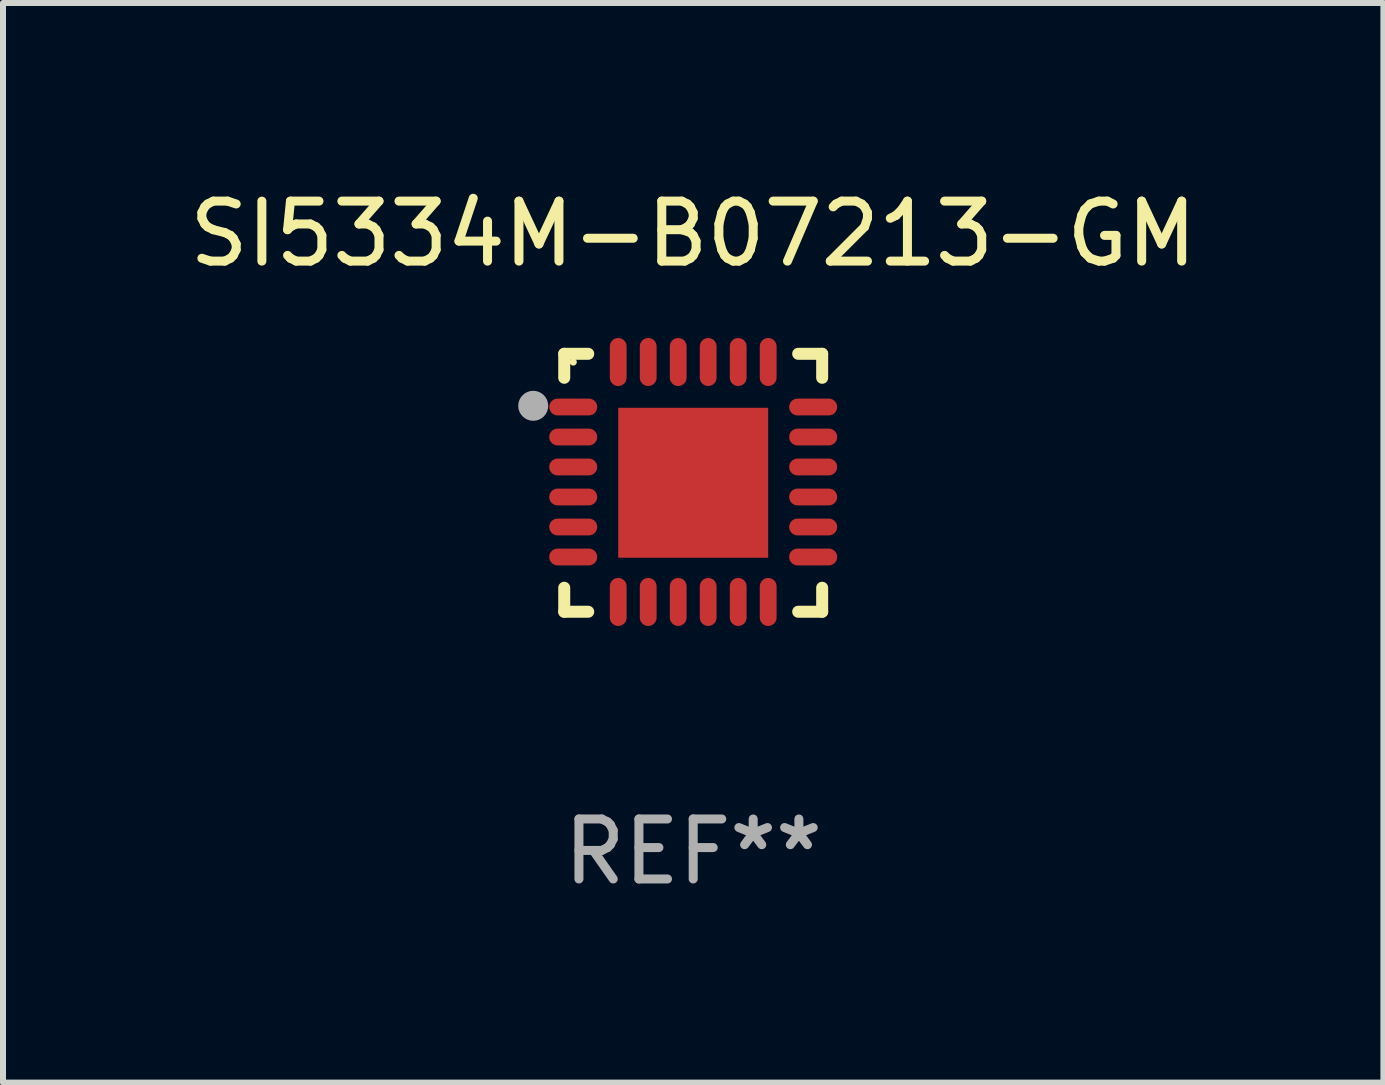
<source format=kicad_pcb>
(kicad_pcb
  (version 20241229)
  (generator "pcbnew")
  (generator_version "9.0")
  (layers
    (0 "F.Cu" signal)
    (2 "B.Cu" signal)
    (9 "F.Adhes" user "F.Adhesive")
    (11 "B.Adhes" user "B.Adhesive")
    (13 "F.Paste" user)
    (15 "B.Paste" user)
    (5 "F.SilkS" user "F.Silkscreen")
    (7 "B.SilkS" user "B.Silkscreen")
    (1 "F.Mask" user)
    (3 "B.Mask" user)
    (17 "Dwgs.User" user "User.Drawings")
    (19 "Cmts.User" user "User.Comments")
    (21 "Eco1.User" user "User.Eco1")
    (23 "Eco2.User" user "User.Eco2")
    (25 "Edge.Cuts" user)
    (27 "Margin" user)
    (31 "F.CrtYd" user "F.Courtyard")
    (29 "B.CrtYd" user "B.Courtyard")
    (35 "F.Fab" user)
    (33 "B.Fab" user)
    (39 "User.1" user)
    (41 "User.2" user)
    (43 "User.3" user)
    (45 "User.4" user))
  (footprint "SI5334M-B07213-GM"
    (layer "F.Cu")
    (at 8.506 4.998)
    (property "Reference" "SI5334M-B07213-GM" (at 0 -4.15 0) (layer "F.SilkS") (effects (font (size 1 1) (thickness 0.15))))
    (attr through_hole)
    (fp_line (start -2.15 -2.15) (end -1.75 -2.15) (stroke (width 0.2) (type solid)) (layer "F.SilkS"))
    (fp_line (start -2.15 -1.75) (end -2.15 -2.15) (stroke (width 0.2) (type solid)) (layer "F.SilkS"))
    (fp_line (start -2.15 2.15) (end -2.15 1.75) (stroke (width 0.2) (type solid)) (layer "F.SilkS"))
    (fp_line (start -1.75 2.15) (end -2.15 2.15) (stroke (width 0.2) (type solid)) (layer "F.SilkS"))
    (fp_line (start 1.75 -2.15) (end 2.15 -2.15) (stroke (width 0.2) (type solid)) (layer "F.SilkS"))
    (fp_line (start 1.75 2.15) (end 2.15 2.15) (stroke (width 0.2) (type solid)) (layer "F.SilkS"))
    (fp_line (start 2.15 -2.15) (end 2.15 -1.75) (stroke (width 0.2) (type solid)) (layer "F.SilkS"))
    (fp_line (start 2.15 2.15) (end 2.15 1.75) (stroke (width 0.2) (type solid)) (layer "F.SilkS"))
    (fp_circle (center -2 -2.013) (end -1.97 -2.013) (stroke (width 0.06) (type solid)) (fill no) (layer "F.SilkS"))
    (fp_circle (center -2.667 -1.283) (end -2.542 -1.283) (stroke (width 0.25) (type solid)) (fill no) (layer "F.Fab"))
    (fp_text user "REF**" (at 0 6.15 0) (layer "F.Fab") (effects (font (size 1 1) (thickness 0.15))))
    (pad "1" smd oval (at -2 -1.263) (size 0.8 0.28) (layers "F.Cu" "F.Mask" "F.Paste"))
    (pad "2" smd oval (at -2 -0.763) (size 0.8 0.28) (layers "F.Cu" "F.Mask" "F.Paste"))
    (pad "3" smd oval (at -2 -0.263) (size 0.8 0.28) (layers "F.Cu" "F.Mask" "F.Paste"))
    (pad "4" smd oval (at -2 0.237) (size 0.8 0.28) (layers "F.Cu" "F.Mask" "F.Paste"))
    (pad "5" smd oval (at -2 0.737) (size 0.8 0.28) (layers "F.Cu" "F.Mask" "F.Paste"))
    (pad "6" smd oval (at -2 1.237) (size 0.8 0.28) (layers "F.Cu" "F.Mask" "F.Paste"))
    (pad "7" smd oval (at -1.25 1.987) (size 0.28 0.8) (layers "F.Cu" "F.Mask" "F.Paste"))
    (pad "8" smd oval (at -0.75 1.987) (size 0.28 0.8) (layers "F.Cu" "F.Mask" "F.Paste"))
    (pad "9" smd oval (at -0.25 1.987) (size 0.28 0.8) (layers "F.Cu" "F.Mask" "F.Paste"))
    (pad "10" smd oval (at 0.25 1.987) (size 0.28 0.8) (layers "F.Cu" "F.Mask" "F.Paste"))
    (pad "11" smd oval (at 0.75 1.987) (size 0.28 0.8) (layers "F.Cu" "F.Mask" "F.Paste"))
    (pad "12" smd oval (at 1.25 1.987) (size 0.28 0.8) (layers "F.Cu" "F.Mask" "F.Paste"))
    (pad "13" smd oval (at 2 1.237) (size 0.8 0.28) (layers "F.Cu" "F.Mask" "F.Paste"))
    (pad "14" smd oval (at 2 0.737) (size 0.8 0.28) (layers "F.Cu" "F.Mask" "F.Paste"))
    (pad "15" smd oval (at 2 0.237) (size 0.8 0.28) (layers "F.Cu" "F.Mask" "F.Paste"))
    (pad "16" smd oval (at 2 -0.263) (size 0.8 0.28) (layers "F.Cu" "F.Mask" "F.Paste"))
    (pad "17" smd oval (at 2 -0.763) (size 0.8 0.28) (layers "F.Cu" "F.Mask" "F.Paste"))
    (pad "18" smd oval (at 2 -1.263) (size 0.8 0.28) (layers "F.Cu" "F.Mask" "F.Paste"))
    (pad "19" smd oval (at 1.25 -2.013) (size 0.28 0.8) (layers "F.Cu" "F.Mask" "F.Paste"))
    (pad "20" smd oval (at 0.75 -2.013) (size 0.28 0.8) (layers "F.Cu" "F.Mask" "F.Paste"))
    (pad "21" smd oval (at 0.25 -2.013) (size 0.28 0.8) (layers "F.Cu" "F.Mask" "F.Paste"))
    (pad "22" smd oval (at -0.25 -2.013) (size 0.28 0.8) (layers "F.Cu" "F.Mask" "F.Paste"))
    (pad "23" smd oval (at -0.75 -2.013) (size 0.28 0.8) (layers "F.Cu" "F.Mask" "F.Paste"))
    (pad "24" smd oval (at -1.25 -2.013) (size 0.28 0.8) (layers "F.Cu" "F.Mask" "F.Paste"))
    (pad "25" smd rect (at -0.000127 -0.00014) (size 2.5 2.5) (layers "F.Cu" "F.Mask" "F.Paste")))
  (gr_rect
    (start -3 -3)
    (end 20.012 14.997)
    (stroke (width 0.1) (type default))
    (fill no)
    (layer "Edge.Cuts")))
</source>
